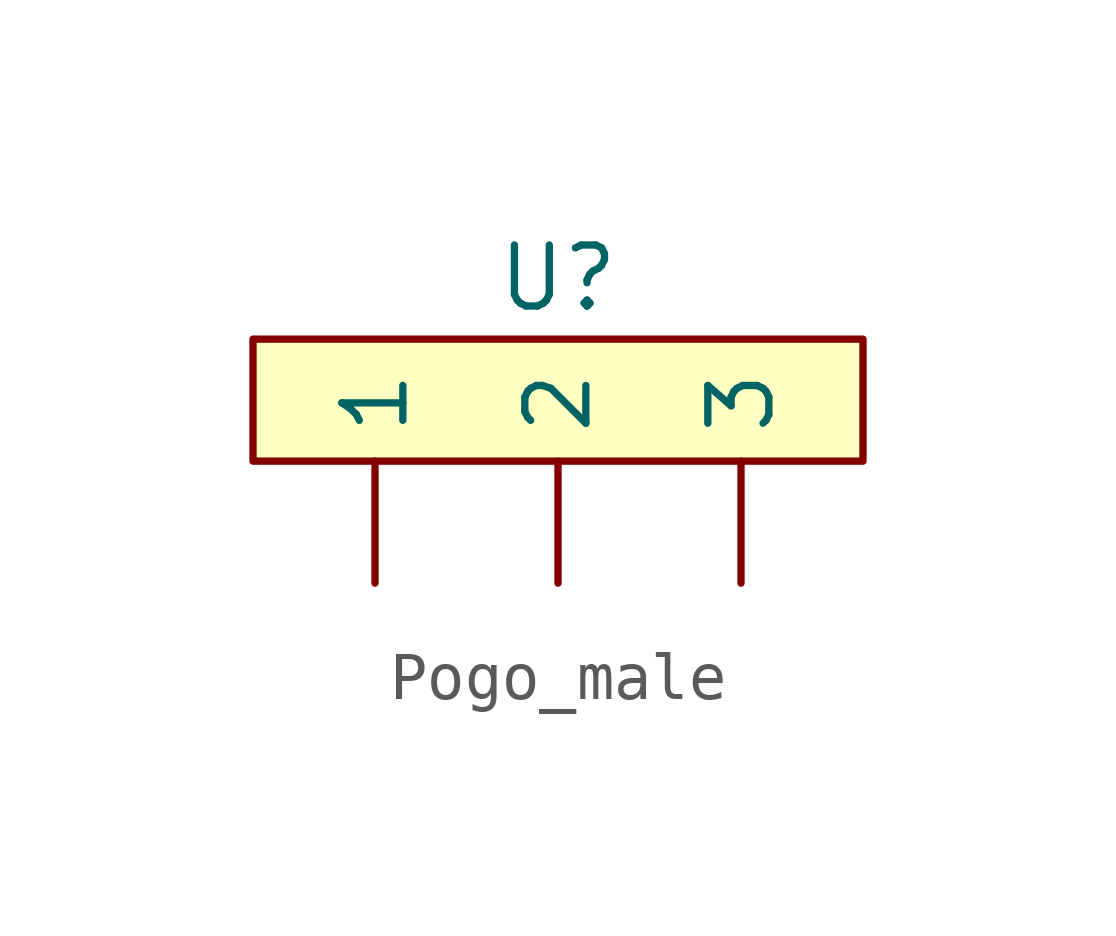
<source format=kicad_sym>
(kicad_symbol_lib
  (version 20241209)
  (generator "kicad_symbol_editor")
  (generator_version "9.0")
  (symbol "Pogo_male"
    (property "Reference" "U"
      (at 0 2.54 0)
      (effects (font (size 1.27 1.27))))
    (property "Value" ""
      (at 0 0 0)
      (effects (font (size 1.27 1.27))))
    (symbol "Pogo_male_1_1"
      (rectangle (start -6.35 1.27) (end 6.35 -1.27) (stroke (width 0) (type solid)) (fill (type background)))
      (pin input line (at -3.81 -3.81 90) (length 2.54) (name "1" (effects (font (size 1.27 1.27)))) (number "" (effects (font (size 1.27 1.27)))))
      (pin input line (at 0 -3.81 90) (length 2.54) (name "2" (effects (font (size 1.27 1.27)))) (number "" (effects (font (size 1.27 1.27)))))
      (pin input line (at 3.81 -3.81 90) (length 2.54) (name "3" (effects (font (size 1.27 1.27)))) (number "" (effects (font (size 1.27 1.27))))))))
</source>
